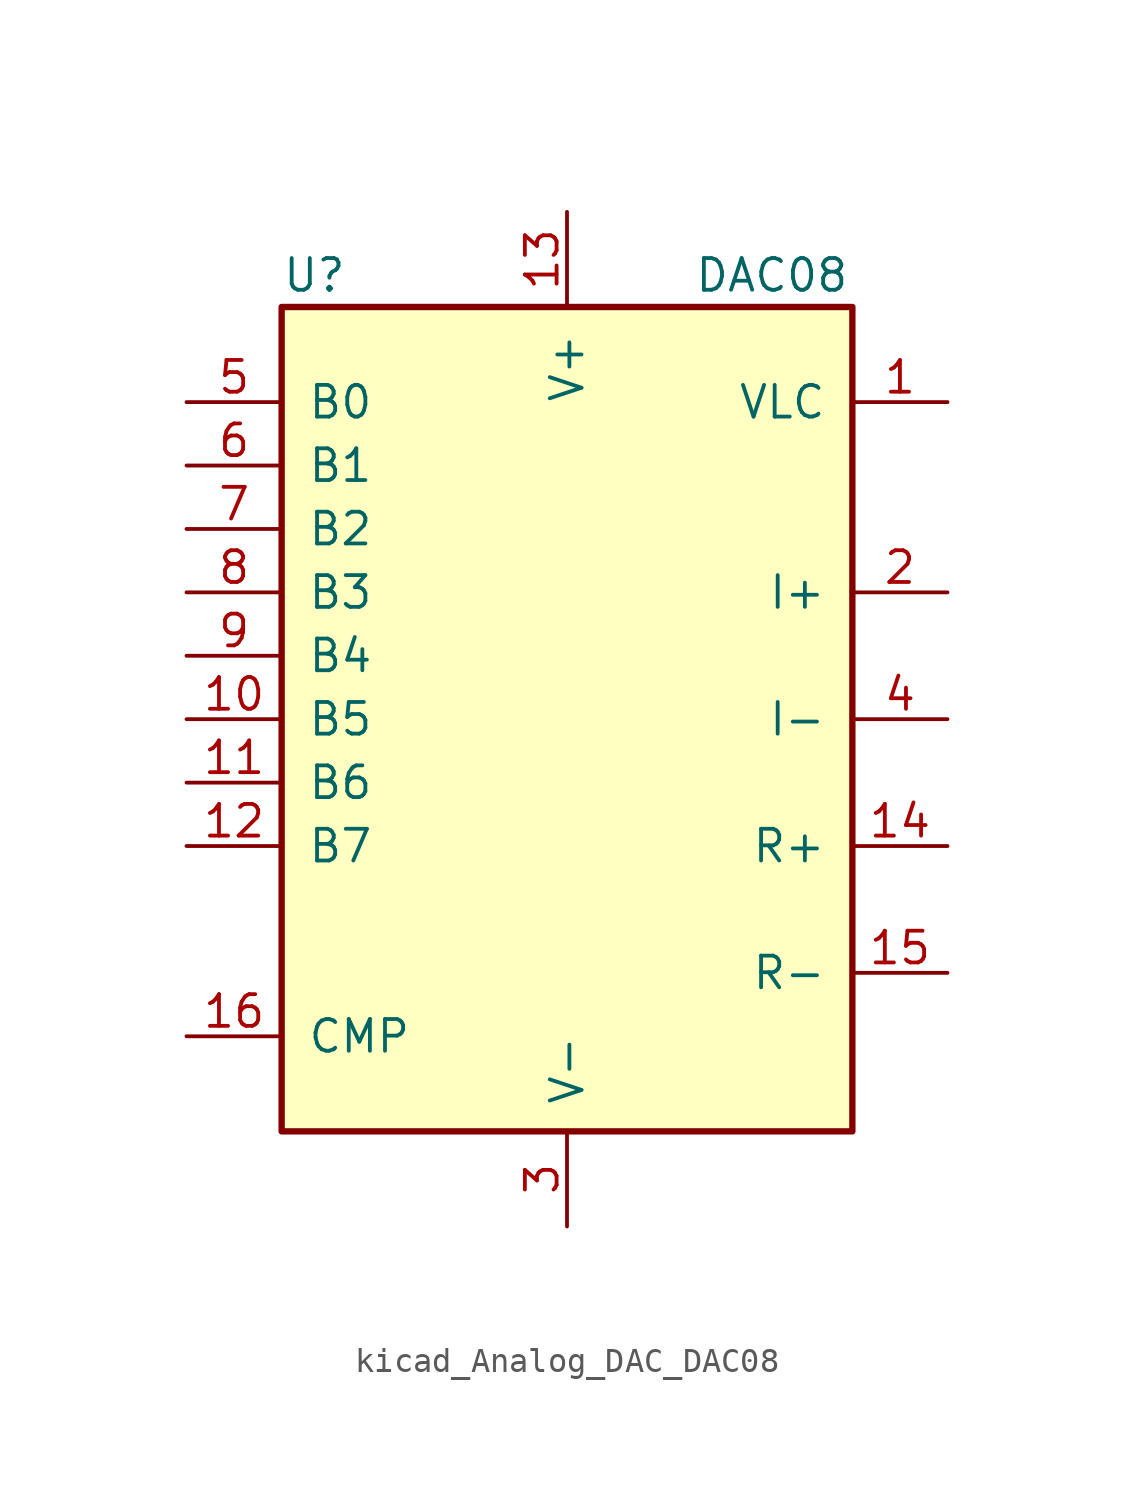
<source format=kicad_sym>
(kicad_symbol_lib
  (version 20220914)
  (generator kicad_symbol_editor)
  (symbol "kicad_Analog_DAC_DAC08"
    (pin_names
      (offset 1.016))
    (property "Reference" "U"
      (at -11.43 17.78 0)
      (effects (font (size 1.27 1.27)) (justify left)))
    (property "Value" "DAC08"
      (at 5.08 17.78 0)
      (effects (font (size 1.27 1.27)) (justify left)))
    (symbol "kicad_Analog_DAC_DAC08_0_1"
      (rectangle (start -11.43 -16.51) (end 11.43 16.51) (stroke (width 0.254) (type default)) (fill (type background))))
    (symbol "kicad_Analog_DAC_DAC08_1_1"
      (pin input line (at 15.24 12.7 180) (length 3.81) (name "VLC" (effects (font (size 1.27 1.27)))) (number "1" (effects (font (size 1.27 1.27)))))
      (pin input line (at -15.24 0 0) (length 3.81) (name "B5" (effects (font (size 1.27 1.27)))) (number "10" (effects (font (size 1.27 1.27)))))
      (pin input line (at -15.24 -2.54 0) (length 3.81) (name "B6" (effects (font (size 1.27 1.27)))) (number "11" (effects (font (size 1.27 1.27)))))
      (pin input line (at -15.24 -5.08 0) (length 3.81) (name "B7" (effects (font (size 1.27 1.27)))) (number "12" (effects (font (size 1.27 1.27)))))
      (pin power_in line (at 0 20.32 270) (length 3.81) (name "V+" (effects (font (size 1.27 1.27)))) (number "13" (effects (font (size 1.27 1.27)))))
      (pin input line (at 15.24 -5.08 180) (length 3.81) (name "R+" (effects (font (size 1.27 1.27)))) (number "14" (effects (font (size 1.27 1.27)))))
      (pin input line (at 15.24 -10.16 180) (length 3.81) (name "R-" (effects (font (size 1.27 1.27)))) (number "15" (effects (font (size 1.27 1.27)))))
      (pin input line (at -15.24 -12.7 0) (length 3.81) (name "CMP" (effects (font (size 1.27 1.27)))) (number "16" (effects (font (size 1.27 1.27)))))
      (pin output line (at 15.24 5.08 180) (length 3.81) (name "I+" (effects (font (size 1.27 1.27)))) (number "2" (effects (font (size 1.27 1.27)))))
      (pin power_in line (at 0 -20.32 90) (length 3.81) (name "V-" (effects (font (size 1.27 1.27)))) (number "3" (effects (font (size 1.27 1.27)))))
      (pin output line (at 15.24 0 180) (length 3.81) (name "I-" (effects (font (size 1.27 1.27)))) (number "4" (effects (font (size 1.27 1.27)))))
      (pin input line (at -15.24 12.7 0) (length 3.81) (name "B0" (effects (font (size 1.27 1.27)))) (number "5" (effects (font (size 1.27 1.27)))))
      (pin input line (at -15.24 10.16 0) (length 3.81) (name "B1" (effects (font (size 1.27 1.27)))) (number "6" (effects (font (size 1.27 1.27)))))
      (pin input line (at -15.24 7.62 0) (length 3.81) (name "B2" (effects (font (size 1.27 1.27)))) (number "7" (effects (font (size 1.27 1.27)))))
      (pin input line (at -15.24 5.08 0) (length 3.81) (name "B3" (effects (font (size 1.27 1.27)))) (number "8" (effects (font (size 1.27 1.27)))))
      (pin input line (at -15.24 2.54 0) (length 3.81) (name "B4" (effects (font (size 1.27 1.27)))) (number "9" (effects (font (size 1.27 1.27))))))))
</source>
